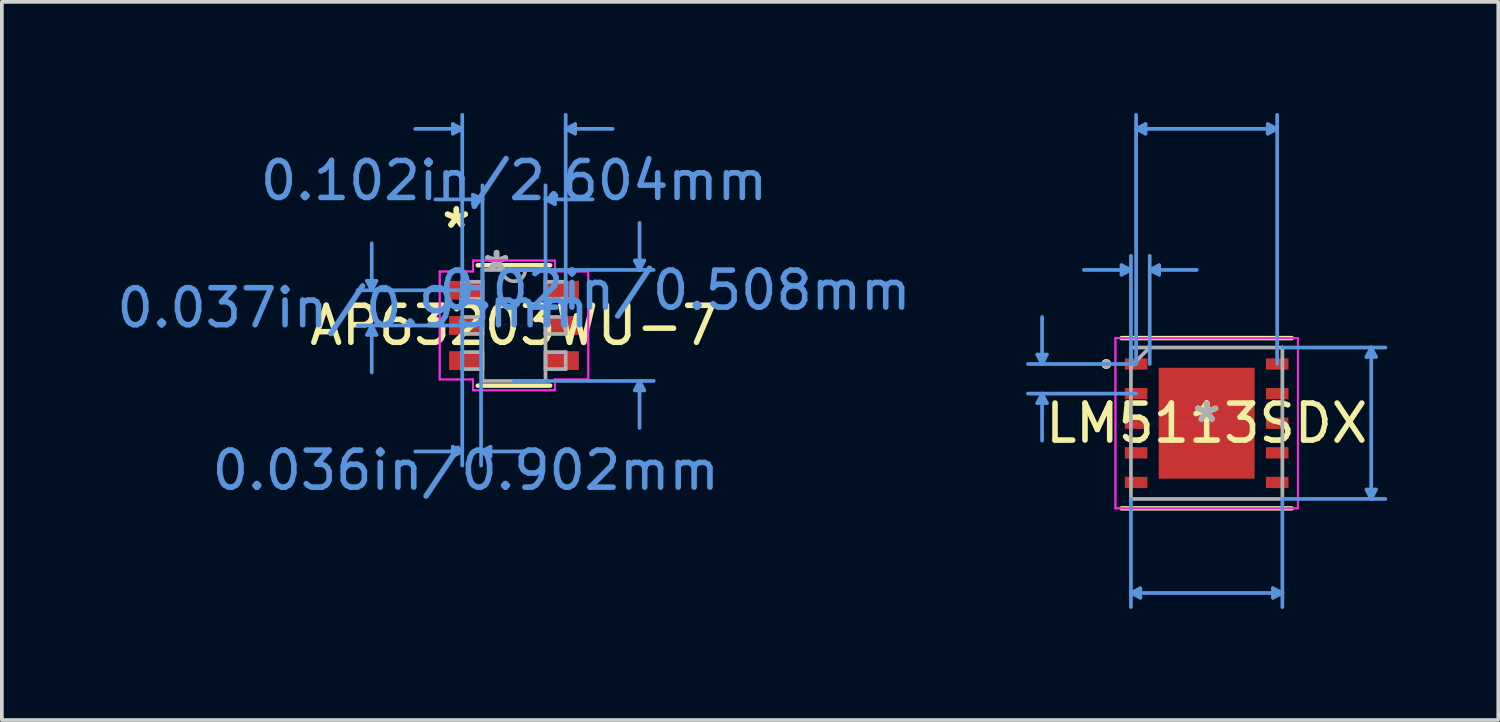
<source format=kicad_pcb>
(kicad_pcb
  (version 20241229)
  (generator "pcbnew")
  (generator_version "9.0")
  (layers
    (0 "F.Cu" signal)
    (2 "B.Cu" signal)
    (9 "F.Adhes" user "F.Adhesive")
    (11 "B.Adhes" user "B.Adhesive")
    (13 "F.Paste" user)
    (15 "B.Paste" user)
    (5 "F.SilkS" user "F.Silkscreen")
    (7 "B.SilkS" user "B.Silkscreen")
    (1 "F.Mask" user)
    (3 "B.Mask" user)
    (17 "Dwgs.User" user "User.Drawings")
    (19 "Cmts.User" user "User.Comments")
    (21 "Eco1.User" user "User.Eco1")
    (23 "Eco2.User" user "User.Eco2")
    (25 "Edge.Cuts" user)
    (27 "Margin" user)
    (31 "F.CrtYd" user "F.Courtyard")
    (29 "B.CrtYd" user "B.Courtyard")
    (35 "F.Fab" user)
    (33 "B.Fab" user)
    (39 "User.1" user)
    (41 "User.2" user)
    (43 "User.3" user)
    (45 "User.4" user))
  (footprint "LM5113SDX"
    (layer "F.Cu")
    (at 29.54 8.381)
    (property "Reference" "LM5113SDX" (at 0 0 0) (layer "F.SilkS") (effects (font (size 1 1) (thickness 0.15))))
    (attr through_hole)
    (fp_line (start -2.299 2.299) (end 2.299 2.299) (stroke (width 0.12) (type solid)) (layer "F.SilkS"))
    (fp_line (start 2.299 -2.299) (end -2.299 -2.299) (stroke (width 0.12) (type solid)) (layer "F.SilkS"))
    (fp_circle (center -2.711 -1.6) (end -2.635 -1.6) (stroke (width 0.12) (type solid)) (fill no) (layer "F.SilkS"))
    (fp_poly (pts (xy -2.413 -1.752) (xy -2.413 -1.448) (xy -1.803 -1.448) (xy -1.803 -1.752)) (stroke (width 0.1) (type solid)) (fill yes) (layer "F.Paste"))
    (fp_poly (pts (xy -2.413 -0.952) (xy -2.413 -0.648) (xy -1.803 -0.648) (xy -1.803 -0.952)) (stroke (width 0.1) (type solid)) (fill yes) (layer "F.Paste"))
    (fp_poly (pts (xy -2.413 -0.152) (xy -2.413 0.152) (xy -1.803 0.152) (xy -1.803 -0.152)) (stroke (width 0.1) (type solid)) (fill yes) (layer "F.Paste"))
    (fp_poly (pts (xy -2.413 0.648) (xy -2.413 0.952) (xy -1.803 0.952) (xy -1.803 0.648)) (stroke (width 0.1) (type solid)) (fill yes) (layer "F.Paste"))
    (fp_poly (pts (xy -2.413 1.448) (xy -2.413 1.752) (xy -1.803 1.752) (xy -1.803 1.448)) (stroke (width 0.1) (type solid)) (fill yes) (layer "F.Paste"))
    (fp_poly (pts (xy -1.192 -1.395) (xy -1.192 -0.1) (xy -0.1 -0.1) (xy -0.1 -1.395)) (stroke (width 0.1) (type solid)) (fill yes) (layer "F.Paste"))
    (fp_poly (pts (xy -1.192 0.1) (xy -1.192 1.395) (xy -0.1 1.395) (xy -0.1 0.1)) (stroke (width 0.1) (type solid)) (fill yes) (layer "F.Paste"))
    (fp_poly (pts (xy 0.1 -1.395) (xy 0.1 -0.1) (xy 1.192 -0.1) (xy 1.192 -1.395)) (stroke (width 0.1) (type solid)) (fill yes) (layer "F.Paste"))
    (fp_poly (pts (xy 0.1 0.1) (xy 0.1 1.395) (xy 1.192 1.395) (xy 1.192 0.1)) (stroke (width 0.1) (type solid)) (fill yes) (layer "F.Paste"))
    (fp_poly (pts (xy 1.803 -1.752) (xy 1.803 -1.448) (xy 2.413 -1.448) (xy 2.413 -1.752)) (stroke (width 0.1) (type solid)) (fill yes) (layer "F.Paste"))
    (fp_poly (pts (xy 1.803 -0.952) (xy 1.803 -0.648) (xy 2.413 -0.648) (xy 2.413 -0.952)) (stroke (width 0.1) (type solid)) (fill yes) (layer "F.Paste"))
    (fp_poly (pts (xy 1.803 -0.152) (xy 1.803 0.152) (xy 2.413 0.152) (xy 2.413 -0.152)) (stroke (width 0.1) (type solid)) (fill yes) (layer "F.Paste"))
    (fp_poly (pts (xy 1.803 0.648) (xy 1.803 0.952) (xy 2.413 0.952) (xy 2.413 0.648)) (stroke (width 0.1) (type solid)) (fill yes) (layer "F.Paste"))
    (fp_poly (pts (xy 1.803 1.448) (xy 1.803 1.752) (xy 2.413 1.752) (xy 2.413 1.448)) (stroke (width 0.1) (type solid)) (fill yes) (layer "F.Paste"))
    (fp_line (start -4.572 -1.854) (end -4.318 -1.854) (stroke (width 0.1) (type solid)) (layer "Cmts.User"))
    (fp_line (start -4.572 -0.546) (end -4.318 -0.546) (stroke (width 0.1) (type solid)) (layer "Cmts.User"))
    (fp_line (start -4.445 -1.6) (end -4.572 -1.854) (stroke (width 0.1) (type solid)) (layer "Cmts.User"))
    (fp_line (start -4.445 -1.6) (end -4.445 -2.87) (stroke (width 0.1) (type solid)) (layer "Cmts.User"))
    (fp_line (start -4.445 -1.6) (end -4.318 -1.854) (stroke (width 0.1) (type solid)) (layer "Cmts.User"))
    (fp_line (start -4.445 -0.8) (end -4.572 -0.546) (stroke (width 0.1) (type solid)) (layer "Cmts.User"))
    (fp_line (start -4.445 -0.8) (end -4.445 0.47) (stroke (width 0.1) (type solid)) (layer "Cmts.User"))
    (fp_line (start -4.445 -0.8) (end -4.318 -0.546) (stroke (width 0.1) (type solid)) (layer "Cmts.User"))
    (fp_line (start -2.299 -4.267) (end -2.299 -4.013) (stroke (width 0.1) (type solid)) (layer "Cmts.User"))
    (fp_line (start -2.045 -4.14) (end -3.315 -4.14) (stroke (width 0.1) (type solid)) (layer "Cmts.User"))
    (fp_line (start -2.045 -4.14) (end -2.299 -4.267) (stroke (width 0.1) (type solid)) (layer "Cmts.User"))
    (fp_line (start -2.045 -4.14) (end -2.299 -4.013) (stroke (width 0.1) (type solid)) (layer "Cmts.User"))
    (fp_line (start -2.045 -1.6) (end -2.045 -4.521) (stroke (width 0.1) (type solid)) (layer "Cmts.User"))
    (fp_line (start -2.045 2.045) (end -2.045 4.966) (stroke (width 0.1) (type solid)) (layer "Cmts.User"))
    (fp_line (start -2.045 4.585) (end -1.791 4.458) (stroke (width 0.1) (type solid)) (layer "Cmts.User"))
    (fp_line (start -2.045 4.585) (end -1.791 4.712) (stroke (width 0.1) (type solid)) (layer "Cmts.User"))
    (fp_line (start -2.045 4.585) (end 2.045 4.585) (stroke (width 0.1) (type solid)) (layer "Cmts.User"))
    (fp_line (start -1.905 -7.95) (end -1.651 -8.077) (stroke (width 0.1) (type solid)) (layer "Cmts.User"))
    (fp_line (start -1.905 -7.95) (end -1.651 -7.823) (stroke (width 0.1) (type solid)) (layer "Cmts.User"))
    (fp_line (start -1.905 -7.95) (end 1.905 -7.95) (stroke (width 0.1) (type solid)) (layer "Cmts.User"))
    (fp_line (start -1.905 -1.6) (end -4.826 -1.6) (stroke (width 0.1) (type solid)) (layer "Cmts.User"))
    (fp_line (start -1.905 -1.6) (end -1.905 -8.331) (stroke (width 0.1) (type solid)) (layer "Cmts.User"))
    (fp_line (start -1.905 -0.8) (end -4.826 -0.8) (stroke (width 0.1) (type solid)) (layer "Cmts.User"))
    (fp_line (start -1.791 4.458) (end -1.791 4.712) (stroke (width 0.1) (type solid)) (layer "Cmts.User"))
    (fp_line (start -1.651 -8.077) (end -1.651 -7.823) (stroke (width 0.1) (type solid)) (layer "Cmts.User"))
    (fp_line (start -1.537 -4.14) (end -1.283 -4.267) (stroke (width 0.1) (type solid)) (layer "Cmts.User"))
    (fp_line (start -1.537 -4.14) (end -1.283 -4.013) (stroke (width 0.1) (type solid)) (layer "Cmts.User"))
    (fp_line (start -1.537 -4.14) (end -0.267 -4.14) (stroke (width 0.1) (type solid)) (layer "Cmts.User"))
    (fp_line (start -1.537 -1.6) (end -1.537 -4.521) (stroke (width 0.1) (type solid)) (layer "Cmts.User"))
    (fp_line (start -1.283 -4.267) (end -1.283 -4.013) (stroke (width 0.1) (type solid)) (layer "Cmts.User"))
    (fp_line (start 1.651 -8.077) (end 1.651 -7.823) (stroke (width 0.1) (type solid)) (layer "Cmts.User"))
    (fp_line (start 1.791 4.458) (end 1.791 4.712) (stroke (width 0.1) (type solid)) (layer "Cmts.User"))
    (fp_line (start 1.905 -7.95) (end 1.651 -8.077) (stroke (width 0.1) (type solid)) (layer "Cmts.User"))
    (fp_line (start 1.905 -7.95) (end 1.651 -7.823) (stroke (width 0.1) (type solid)) (layer "Cmts.User"))
    (fp_line (start 1.905 -1.6) (end 1.905 -8.331) (stroke (width 0.1) (type solid)) (layer "Cmts.User"))
    (fp_line (start 2.045 -2.045) (end 4.826 -2.045) (stroke (width 0.1) (type solid)) (layer "Cmts.User"))
    (fp_line (start 2.045 2.045) (end 2.045 4.966) (stroke (width 0.1) (type solid)) (layer "Cmts.User"))
    (fp_line (start 2.045 2.045) (end 4.826 2.045) (stroke (width 0.1) (type solid)) (layer "Cmts.User"))
    (fp_line (start 2.045 4.585) (end 1.791 4.458) (stroke (width 0.1) (type solid)) (layer "Cmts.User"))
    (fp_line (start 2.045 4.585) (end 1.791 4.712) (stroke (width 0.1) (type solid)) (layer "Cmts.User"))
    (fp_line (start 4.318 -1.791) (end 4.572 -1.791) (stroke (width 0.1) (type solid)) (layer "Cmts.User"))
    (fp_line (start 4.318 1.791) (end 4.572 1.791) (stroke (width 0.1) (type solid)) (layer "Cmts.User"))
    (fp_line (start 4.445 -2.045) (end 4.318 -1.791) (stroke (width 0.1) (type solid)) (layer "Cmts.User"))
    (fp_line (start 4.445 -2.045) (end 4.445 2.045) (stroke (width 0.1) (type solid)) (layer "Cmts.User"))
    (fp_line (start 4.445 -2.045) (end 4.572 -1.791) (stroke (width 0.1) (type solid)) (layer "Cmts.User"))
    (fp_line (start 4.445 2.045) (end 4.318 1.791) (stroke (width 0.1) (type solid)) (layer "Cmts.User"))
    (fp_line (start 4.445 2.045) (end 4.572 1.791) (stroke (width 0.1) (type solid)) (layer "Cmts.User"))
    (fp_line (start -2.464 -2.299) (end 2.464 -2.299) (stroke (width 0.05) (type solid)) (layer "F.CrtYd"))
    (fp_line (start -2.464 -2.299) (end 2.464 -2.299) (stroke (width 0.05) (type solid)) (layer "F.CrtYd"))
    (fp_line (start -2.464 2.299) (end -2.464 -2.299) (stroke (width 0.05) (type solid)) (layer "F.CrtYd"))
    (fp_line (start -2.464 2.299) (end -2.464 -2.299) (stroke (width 0.05) (type solid)) (layer "F.CrtYd"))
    (fp_line (start 2.464 -2.299) (end 2.464 2.299) (stroke (width 0.05) (type solid)) (layer "F.CrtYd"))
    (fp_line (start 2.464 -2.299) (end 2.464 2.299) (stroke (width 0.05) (type solid)) (layer "F.CrtYd"))
    (fp_line (start 2.464 2.299) (end -2.464 2.299) (stroke (width 0.05) (type solid)) (layer "F.CrtYd"))
    (fp_line (start 2.464 2.299) (end -2.464 2.299) (stroke (width 0.05) (type solid)) (layer "F.CrtYd"))
    (fp_line (start -2.045 -2.045) (end -2.045 2.045) (stroke (width 0.1) (type solid)) (layer "F.Fab"))
    (fp_line (start -2.045 2.045) (end 2.045 2.045) (stroke (width 0.1) (type solid)) (layer "F.Fab"))
    (fp_line (start -1.537 -2.045) (end -2.045 -1.537) (stroke (width 0.1) (type solid)) (layer "F.Fab"))
    (fp_line (start 2.045 -2.045) (end -2.045 -2.045) (stroke (width 0.1) (type solid)) (layer "F.Fab"))
    (fp_line (start 2.045 2.045) (end 2.045 -2.045) (stroke (width 0.1) (type solid)) (layer "F.Fab"))
    (fp_circle (center -2.711 -1.6) (end -2.635 -1.6) (stroke (width 0.1) (type solid)) (fill no) (layer "F.Fab"))
    (fp_text user "*" (at 0 0 0) (layer "F.SilkS") (effects (font (size 1 1) (thickness 0.15))))
    (fp_text user "Copyright 2021 Accelerated Designs. All rights reserved." (at 0 0 0) (layer "Cmts.User") (effects (font (size 0.127 0.127) (thickness 0.002))))
    (fp_text user "*" (at 0 0 0) (layer "F.Fab") (effects (font (size 1 1) (thickness 0.15))))
    (pad "1" smd rect (at -1.905 -1.6) (size 0.61 0.305) (layers "F.Cu" "F.Mask"))
    (pad "2" smd rect (at -1.905 -0.8) (size 0.61 0.305) (layers "F.Cu" "F.Mask"))
    (pad "3" smd rect (at -1.905 0) (size 0.61 0.305) (layers "F.Cu" "F.Mask"))
    (pad "4" smd rect (at -1.905 0.8) (size 0.61 0.305) (layers "F.Cu" "F.Mask"))
    (pad "5" smd rect (at -1.905 1.6) (size 0.61 0.305) (layers "F.Cu" "F.Mask"))
    (pad "6" smd rect (at 1.905 1.6) (size 0.61 0.305) (layers "F.Cu" "F.Mask"))
    (pad "7" smd rect (at 1.905 0.8) (size 0.61 0.305) (layers "F.Cu" "F.Mask"))
    (pad "8" smd rect (at 1.905 0) (size 0.61 0.305) (layers "F.Cu" "F.Mask"))
    (pad "9" smd rect (at 1.905 -0.8) (size 0.61 0.305) (layers "F.Cu" "F.Mask"))
    (pad "10" smd rect (at 1.905 -1.6) (size 0.61 0.305) (layers "F.Cu" "F.Mask"))
    (pad "11" smd rect (at 0 0) (size 2.591 2.997) (layers "F.Cu" "F.Mask")))
  (footprint "AP63203WU-7"
    (layer "F.Cu")
    (at 10.832 5.74)
    (property "Reference" "AP63203WU-7" (at 0 0 0) (layer "F.SilkS") (effects (font (size 1 1) (thickness 0.15))))
    (attr through_hole)
    (fp_line (start -0.978 1.626) (end 0.978 1.626) (stroke (width 0.12) (type solid)) (layer "F.SilkS"))
    (fp_line (start 0.978 -1.626) (end -0.978 -1.626) (stroke (width 0.12) (type solid)) (layer "F.SilkS"))
    (fp_line (start -3.969 -1.204) (end -3.715 -1.204) (stroke (width 0.1) (type solid)) (layer "Cmts.User"))
    (fp_line (start -3.969 0.254) (end -3.715 0.254) (stroke (width 0.1) (type solid)) (layer "Cmts.User"))
    (fp_line (start -3.842 -0.95) (end -3.969 -1.204) (stroke (width 0.1) (type solid)) (layer "Cmts.User"))
    (fp_line (start -3.842 -0.95) (end -3.842 -2.22) (stroke (width 0.1) (type solid)) (layer "Cmts.User"))
    (fp_line (start -3.842 -0.95) (end -3.715 -1.204) (stroke (width 0.1) (type solid)) (layer "Cmts.User"))
    (fp_line (start -3.842 0) (end -3.969 0.254) (stroke (width 0.1) (type solid)) (layer "Cmts.User"))
    (fp_line (start -3.842 0) (end -3.842 1.27) (stroke (width 0.1) (type solid)) (layer "Cmts.User"))
    (fp_line (start -3.842 0) (end -3.715 0.254) (stroke (width 0.1) (type solid)) (layer "Cmts.User"))
    (fp_line (start -1.651 -5.436) (end -1.651 -5.182) (stroke (width 0.1) (type solid)) (layer "Cmts.User"))
    (fp_line (start -1.651 3.277) (end -1.651 3.531) (stroke (width 0.1) (type solid)) (layer "Cmts.User"))
    (fp_line (start -1.397 -5.309) (end -2.667 -5.309) (stroke (width 0.1) (type solid)) (layer "Cmts.User"))
    (fp_line (start -1.397 -5.309) (end -1.651 -5.436) (stroke (width 0.1) (type solid)) (layer "Cmts.User"))
    (fp_line (start -1.397 -5.309) (end -1.651 -5.182) (stroke (width 0.1) (type solid)) (layer "Cmts.User"))
    (fp_line (start -1.397 0) (end -1.397 -5.69) (stroke (width 0.1) (type solid)) (layer "Cmts.User"))
    (fp_line (start -1.397 0) (end -1.397 3.785) (stroke (width 0.1) (type solid)) (layer "Cmts.User"))
    (fp_line (start -1.397 3.404) (end -2.667 3.404) (stroke (width 0.1) (type solid)) (layer "Cmts.User"))
    (fp_line (start -1.397 3.404) (end -1.651 3.277) (stroke (width 0.1) (type solid)) (layer "Cmts.User"))
    (fp_line (start -1.397 3.404) (end -1.651 3.531) (stroke (width 0.1) (type solid)) (layer "Cmts.User"))
    (fp_line (start -1.302 -0.95) (end -4.223 -0.95) (stroke (width 0.1) (type solid)) (layer "Cmts.User"))
    (fp_line (start -1.302 0) (end -4.223 0) (stroke (width 0.1) (type solid)) (layer "Cmts.User"))
    (fp_line (start -1.105 -3.531) (end -1.105 -3.277) (stroke (width 0.1) (type solid)) (layer "Cmts.User"))
    (fp_line (start -0.889 0) (end -0.889 3.785) (stroke (width 0.1) (type solid)) (layer "Cmts.User"))
    (fp_line (start -0.889 3.404) (end -0.635 3.277) (stroke (width 0.1) (type solid)) (layer "Cmts.User"))
    (fp_line (start -0.889 3.404) (end -0.635 3.531) (stroke (width 0.1) (type solid)) (layer "Cmts.User"))
    (fp_line (start -0.889 3.404) (end 0.381 3.404) (stroke (width 0.1) (type solid)) (layer "Cmts.User"))
    (fp_line (start -0.851 -3.404) (end -2.121 -3.404) (stroke (width 0.1) (type solid)) (layer "Cmts.User"))
    (fp_line (start -0.851 -3.404) (end -1.105 -3.531) (stroke (width 0.1) (type solid)) (layer "Cmts.User"))
    (fp_line (start -0.851 -3.404) (end -1.105 -3.277) (stroke (width 0.1) (type solid)) (layer "Cmts.User"))
    (fp_line (start -0.851 0) (end -0.851 -3.785) (stroke (width 0.1) (type solid)) (layer "Cmts.User"))
    (fp_line (start -0.635 3.277) (end -0.635 3.531) (stroke (width 0.1) (type solid)) (layer "Cmts.User"))
    (fp_line (start 0 -1.499) (end 3.772 -1.499) (stroke (width 0.1) (type solid)) (layer "Cmts.User"))
    (fp_line (start 0 1.499) (end 3.772 1.499) (stroke (width 0.1) (type solid)) (layer "Cmts.User"))
    (fp_line (start 0.851 -3.404) (end 1.105 -3.531) (stroke (width 0.1) (type solid)) (layer "Cmts.User"))
    (fp_line (start 0.851 -3.404) (end 1.105 -3.277) (stroke (width 0.1) (type solid)) (layer "Cmts.User"))
    (fp_line (start 0.851 -3.404) (end 2.121 -3.404) (stroke (width 0.1) (type solid)) (layer "Cmts.User"))
    (fp_line (start 0.851 0) (end 0.851 -3.785) (stroke (width 0.1) (type solid)) (layer "Cmts.User"))
    (fp_line (start 1.105 -3.531) (end 1.105 -3.277) (stroke (width 0.1) (type solid)) (layer "Cmts.User"))
    (fp_line (start 1.397 -5.309) (end 1.651 -5.436) (stroke (width 0.1) (type solid)) (layer "Cmts.User"))
    (fp_line (start 1.397 -5.309) (end 1.651 -5.182) (stroke (width 0.1) (type solid)) (layer "Cmts.User"))
    (fp_line (start 1.397 -5.309) (end 2.667 -5.309) (stroke (width 0.1) (type solid)) (layer "Cmts.User"))
    (fp_line (start 1.397 0) (end 1.397 -5.69) (stroke (width 0.1) (type solid)) (layer "Cmts.User"))
    (fp_line (start 1.651 -5.436) (end 1.651 -5.182) (stroke (width 0.1) (type solid)) (layer "Cmts.User"))
    (fp_line (start 3.264 -1.753) (end 3.518 -1.753) (stroke (width 0.1) (type solid)) (layer "Cmts.User"))
    (fp_line (start 3.264 1.753) (end 3.518 1.753) (stroke (width 0.1) (type solid)) (layer "Cmts.User"))
    (fp_line (start 3.391 -1.499) (end 3.264 -1.753) (stroke (width 0.1) (type solid)) (layer "Cmts.User"))
    (fp_line (start 3.391 -1.499) (end 3.391 -2.769) (stroke (width 0.1) (type solid)) (layer "Cmts.User"))
    (fp_line (start 3.391 -1.499) (end 3.518 -1.753) (stroke (width 0.1) (type solid)) (layer "Cmts.User"))
    (fp_line (start 3.391 1.499) (end 3.264 1.753) (stroke (width 0.1) (type solid)) (layer "Cmts.User"))
    (fp_line (start 3.391 1.499) (end 3.391 2.769) (stroke (width 0.1) (type solid)) (layer "Cmts.User"))
    (fp_line (start 3.391 1.499) (end 3.518 1.753) (stroke (width 0.1) (type solid)) (layer "Cmts.User"))
    (fp_line (start -2.007 -1.458) (end -1.105 -1.458) (stroke (width 0.05) (type solid)) (layer "F.CrtYd"))
    (fp_line (start -2.007 -1.458) (end -1.105 -1.458) (stroke (width 0.05) (type solid)) (layer "F.CrtYd"))
    (fp_line (start -2.007 1.458) (end -2.007 -1.458) (stroke (width 0.05) (type solid)) (layer "F.CrtYd"))
    (fp_line (start -2.007 1.458) (end -2.007 -1.458) (stroke (width 0.05) (type solid)) (layer "F.CrtYd"))
    (fp_line (start -2.007 1.458) (end -1.105 1.458) (stroke (width 0.05) (type solid)) (layer "F.CrtYd"))
    (fp_line (start -1.105 -1.753) (end 1.105 -1.753) (stroke (width 0.05) (type solid)) (layer "F.CrtYd"))
    (fp_line (start -1.105 -1.753) (end 1.105 -1.753) (stroke (width 0.05) (type solid)) (layer "F.CrtYd"))
    (fp_line (start -1.105 -1.458) (end -1.105 -1.753) (stroke (width 0.05) (type solid)) (layer "F.CrtYd"))
    (fp_line (start -1.105 -1.458) (end -1.105 -1.753) (stroke (width 0.05) (type solid)) (layer "F.CrtYd"))
    (fp_line (start -1.105 1.458) (end -2.007 1.458) (stroke (width 0.05) (type solid)) (layer "F.CrtYd"))
    (fp_line (start -1.105 1.753) (end -1.105 1.458) (stroke (width 0.05) (type solid)) (layer "F.CrtYd"))
    (fp_line (start -1.105 1.753) (end -1.105 1.458) (stroke (width 0.05) (type solid)) (layer "F.CrtYd"))
    (fp_line (start 1.105 -1.753) (end 1.105 -1.458) (stroke (width 0.05) (type solid)) (layer "F.CrtYd"))
    (fp_line (start 1.105 -1.753) (end 1.105 -1.458) (stroke (width 0.05) (type solid)) (layer "F.CrtYd"))
    (fp_line (start 1.105 -1.458) (end 2.007 -1.458) (stroke (width 0.05) (type solid)) (layer "F.CrtYd"))
    (fp_line (start 1.105 1.458) (end 1.105 1.753) (stroke (width 0.05) (type solid)) (layer "F.CrtYd"))
    (fp_line (start 1.105 1.458) (end 1.105 1.753) (stroke (width 0.05) (type solid)) (layer "F.CrtYd"))
    (fp_line (start 1.105 1.753) (end -1.105 1.753) (stroke (width 0.05) (type solid)) (layer "F.CrtYd"))
    (fp_line (start 1.105 1.753) (end -1.105 1.753) (stroke (width 0.05) (type solid)) (layer "F.CrtYd"))
    (fp_line (start 2.007 -1.458) (end 1.105 -1.458) (stroke (width 0.05) (type solid)) (layer "F.CrtYd"))
    (fp_line (start 2.007 -1.458) (end 2.007 1.458) (stroke (width 0.05) (type solid)) (layer "F.CrtYd"))
    (fp_line (start 2.007 -1.458) (end 2.007 1.458) (stroke (width 0.05) (type solid)) (layer "F.CrtYd"))
    (fp_line (start 2.007 1.458) (end 1.105 1.458) (stroke (width 0.05) (type solid)) (layer "F.CrtYd"))
    (fp_line (start 2.007 1.458) (end 1.105 1.458) (stroke (width 0.05) (type solid)) (layer "F.CrtYd"))
    (fp_line (start -1.397 -1.179) (end -1.397 -0.721) (stroke (width 0.1) (type solid)) (layer "F.Fab"))
    (fp_line (start -1.397 -0.721) (end -0.851 -0.721) (stroke (width 0.1) (type solid)) (layer "F.Fab"))
    (fp_line (start -1.397 -0.229) (end -1.397 0.229) (stroke (width 0.1) (type solid)) (layer "F.Fab"))
    (fp_line (start -1.397 0.229) (end -0.851 0.229) (stroke (width 0.1) (type solid)) (layer "F.Fab"))
    (fp_line (start -1.397 0.721) (end -1.397 1.179) (stroke (width 0.1) (type solid)) (layer "F.Fab"))
    (fp_line (start -1.397 1.179) (end -0.851 1.179) (stroke (width 0.1) (type solid)) (layer "F.Fab"))
    (fp_line (start -0.851 -1.499) (end -0.851 1.499) (stroke (width 0.1) (type solid)) (layer "F.Fab"))
    (fp_line (start -0.851 -1.179) (end -1.397 -1.179) (stroke (width 0.1) (type solid)) (layer "F.Fab"))
    (fp_line (start -0.851 -0.721) (end -0.851 -1.179) (stroke (width 0.1) (type solid)) (layer "F.Fab"))
    (fp_line (start -0.851 -0.229) (end -1.397 -0.229) (stroke (width 0.1) (type solid)) (layer "F.Fab"))
    (fp_line (start -0.851 0.229) (end -0.851 -0.229) (stroke (width 0.1) (type solid)) (layer "F.Fab"))
    (fp_line (start -0.851 0.721) (end -1.397 0.721) (stroke (width 0.1) (type solid)) (layer "F.Fab"))
    (fp_line (start -0.851 1.179) (end -0.851 0.721) (stroke (width 0.1) (type solid)) (layer "F.Fab"))
    (fp_line (start -0.851 1.499) (end 0.851 1.499) (stroke (width 0.1) (type solid)) (layer "F.Fab"))
    (fp_line (start 0.851 -1.499) (end -0.851 -1.499) (stroke (width 0.1) (type solid)) (layer "F.Fab"))
    (fp_line (start 0.851 -1.179) (end 0.851 -0.721) (stroke (width 0.1) (type solid)) (layer "F.Fab"))
    (fp_line (start 0.851 -0.721) (end 1.397 -0.721) (stroke (width 0.1) (type solid)) (layer "F.Fab"))
    (fp_line (start 0.851 -0.229) (end 0.851 0.229) (stroke (width 0.1) (type solid)) (layer "F.Fab"))
    (fp_line (start 0.851 0.229) (end 1.397 0.229) (stroke (width 0.1) (type solid)) (layer "F.Fab"))
    (fp_line (start 0.851 0.721) (end 0.851 1.179) (stroke (width 0.1) (type solid)) (layer "F.Fab"))
    (fp_line (start 0.851 1.179) (end 1.397 1.179) (stroke (width 0.1) (type solid)) (layer "F.Fab"))
    (fp_line (start 0.851 1.499) (end 0.851 -1.499) (stroke (width 0.1) (type solid)) (layer "F.Fab"))
    (fp_line (start 1.397 -1.179) (end 0.851 -1.179) (stroke (width 0.1) (type solid)) (layer "F.Fab"))
    (fp_line (start 1.397 -0.721) (end 1.397 -1.179) (stroke (width 0.1) (type solid)) (layer "F.Fab"))
    (fp_line (start 1.397 -0.229) (end 0.851 -0.229) (stroke (width 0.1) (type solid)) (layer "F.Fab"))
    (fp_line (start 1.397 0.229) (end 1.397 -0.229) (stroke (width 0.1) (type solid)) (layer "F.Fab"))
    (fp_line (start 1.397 0.721) (end 0.851 0.721) (stroke (width 0.1) (type solid)) (layer "F.Fab"))
    (fp_line (start 1.397 1.179) (end 1.397 0.721) (stroke (width 0.1) (type solid)) (layer "F.Fab"))
    (fp_arc (start 0.3048 -1.4986) (mid 0 -1.1938) (end -0.3048 -1.4986) (stroke (width 0.1) (type solid)) (layer "F.Fab"))
    (fp_text user "*" (at -1.556 -2.601 0) (layer "F.SilkS") (effects (font (size 1 1) (thickness 0.15))))
    (fp_text user "*" (at -1.556 -2.601 0) (layer "F.SilkS") (effects (font (size 1 1) (thickness 0.15))))
    (fp_text user "0.036in/0.902mm" (at -1.302 3.912 0) (layer "Cmts.User") (effects (font (size 1 1) (thickness 0.15))))
    (fp_text user "Copyright 2021 Accelerated Designs. All rights reserved." (at 0 0 0) (layer "Cmts.User") (effects (font (size 0.127 0.127) (thickness 0.002))))
    (fp_text user "0.02in/0.508mm" (at 4.35 -0.95 0) (layer "Cmts.User") (effects (font (size 1 1) (thickness 0.15))))
    (fp_text user "0.037in/0.95mm" (at -4.35 -0.475 0) (layer "Cmts.User") (effects (font (size 1 1) (thickness 0.15))))
    (fp_text user "0.102in/2.604mm" (at 0 -3.912 0) (layer "Cmts.User") (effects (font (size 1 1) (thickness 0.15))))
    (fp_text user "*" (at -0.47 -1.422 0) (layer "F.Fab") (effects (font (size 1 1) (thickness 0.15))))
    (fp_text user "*" (at -0.47 -1.422 0) (layer "F.Fab") (effects (font (size 1 1) (thickness 0.15))))
    (pad "1" smd rect (at -1.302 -0.95) (size 0.902 0.508) (layers "F.Cu" "F.Mask" "F.Paste"))
    (pad "2" smd rect (at -1.302 0) (size 0.902 0.508) (layers "F.Cu" "F.Mask" "F.Paste"))
    (pad "3" smd rect (at -1.302 0.95) (size 0.902 0.508) (layers "F.Cu" "F.Mask" "F.Paste"))
    (pad "4" smd rect (at 1.302 0.95) (size 0.902 0.508) (layers "F.Cu" "F.Mask" "F.Paste"))
    (pad "5" smd rect (at 1.302 0) (size 0.902 0.508) (layers "F.Cu" "F.Mask" "F.Paste"))
    (pad "6" smd rect (at 1.302 -0.95) (size 0.902 0.508) (layers "F.Cu" "F.Mask" "F.Paste")))
  (gr_rect
    (start -3 -3)
    (end 37.416 16.397)
    (stroke (width 0.1) (type default))
    (fill no)
    (layer "Edge.Cuts")))
</source>
